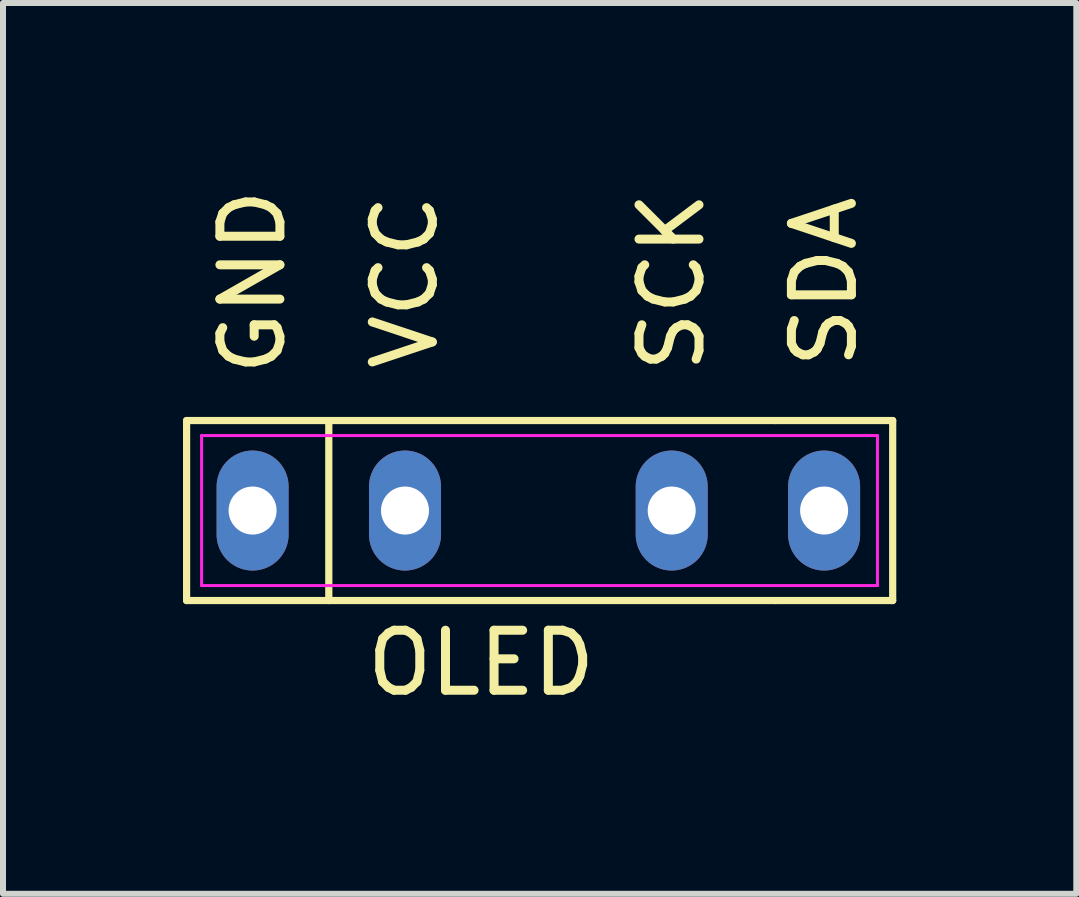
<source format=kicad_pcb>
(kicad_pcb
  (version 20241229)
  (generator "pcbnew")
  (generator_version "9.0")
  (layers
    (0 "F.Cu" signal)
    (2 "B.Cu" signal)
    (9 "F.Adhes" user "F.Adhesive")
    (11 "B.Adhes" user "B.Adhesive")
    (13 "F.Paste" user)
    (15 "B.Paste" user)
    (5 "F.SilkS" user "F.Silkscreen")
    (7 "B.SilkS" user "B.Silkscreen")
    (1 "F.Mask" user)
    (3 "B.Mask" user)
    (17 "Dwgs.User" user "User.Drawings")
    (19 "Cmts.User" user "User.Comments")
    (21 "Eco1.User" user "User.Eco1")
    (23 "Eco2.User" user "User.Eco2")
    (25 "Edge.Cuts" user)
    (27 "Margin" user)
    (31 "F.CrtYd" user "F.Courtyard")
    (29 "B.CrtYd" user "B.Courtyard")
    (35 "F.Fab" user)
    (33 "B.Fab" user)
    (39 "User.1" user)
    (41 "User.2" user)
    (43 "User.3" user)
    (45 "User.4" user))
  (footprint "OLED"
    (layer "F.Cu")
    (at 4.97 5.459)
    (property "Reference" "OLED" (at 0 2.54 0) (layer "F.SilkS") (effects (font (size 1 1) (thickness 0.15))))
    (attr through_hole)
    (fp_line (start -4.91 -1.5) (end 4.91 -1.5) (stroke (width 0.12) (type solid)) (layer "F.SilkS"))
    (fp_line (start -4.91 1.5) (end -4.91 -1.5) (stroke (width 0.12) (type solid)) (layer "F.SilkS"))
    (fp_line (start -2.54 -1.5) (end -2.54 1.5) (stroke (width 0.12) (type solid)) (layer "F.SilkS"))
    (fp_line (start 4.91 -1.5) (end 6.858 -1.5) (stroke (width 0.12) (type solid)) (layer "F.SilkS"))
    (fp_line (start 4.91 1.5) (end -4.91 1.5) (stroke (width 0.12) (type solid)) (layer "F.SilkS"))
    (fp_line (start 4.91 1.5) (end 6.858 1.5) (stroke (width 0.12) (type solid)) (layer "F.SilkS"))
    (fp_line (start 6.858 -1.5) (end 6.858 1.5) (stroke (width 0.12) (type solid)) (layer "F.SilkS"))
    (fp_line (start -4.66 -1.25) (end 4.66 -1.25) (stroke (width 0.05) (type solid)) (layer "F.CrtYd"))
    (fp_line (start -4.66 1.25) (end -4.66 -1.25) (stroke (width 0.05) (type solid)) (layer "F.CrtYd"))
    (fp_line (start 4.66 -1.25) (end 6.604 -1.25) (stroke (width 0.05) (type solid)) (layer "F.CrtYd"))
    (fp_line (start 4.66 1.25) (end -4.66 1.25) (stroke (width 0.05) (type solid)) (layer "F.CrtYd"))
    (fp_line (start 4.66 1.25) (end 6.604 1.25) (stroke (width 0.05) (type solid)) (layer "F.CrtYd"))
    (fp_line (start 6.604 -1.25) (end 6.604 1.25) (stroke (width 0.05) (type solid)) (layer "F.CrtYd"))
    (fp_text user "GND" (at -3.81 -3.81 90) (layer "F.SilkS") (effects (font (size 1 1) (thickness 0.15))))
    (fp_text user "SDA" (at 5.715 -3.81 90) (layer "F.SilkS") (effects (font (size 1 1) (thickness 0.15))))
    (fp_text user "VCC" (at -1.27 -3.81 90) (layer "F.SilkS") (effects (font (size 1 1) (thickness 0.15))))
    (fp_text user "SCK" (at 3.175 -3.81 90) (layer "F.SilkS") (effects (font (size 1 1) (thickness 0.15))))
    (pad "1" thru_hole oval (at -3.81 0) (size 1.2 2) (drill 0.8) (layers "*.Cu" "*.Mask"))
    (pad "2" thru_hole oval (at -1.27 0) (size 1.2 2) (drill 0.8) (layers "*.Cu" "*.Mask"))
    (pad "3" thru_hole oval (at 3.175 0) (size 1.2 2) (drill 0.8) (layers "*.Cu" "*.Mask"))
    (pad "4" thru_hole oval (at 5.715 0) (size 1.2 2) (drill 0.8) (layers "*.Cu" "*.Mask")))
  (gr_rect
    (start -3 -3)
    (end 14.888 11.847)
    (stroke (width 0.1) (type default))
    (fill no)
    (layer "Edge.Cuts")))
</source>
